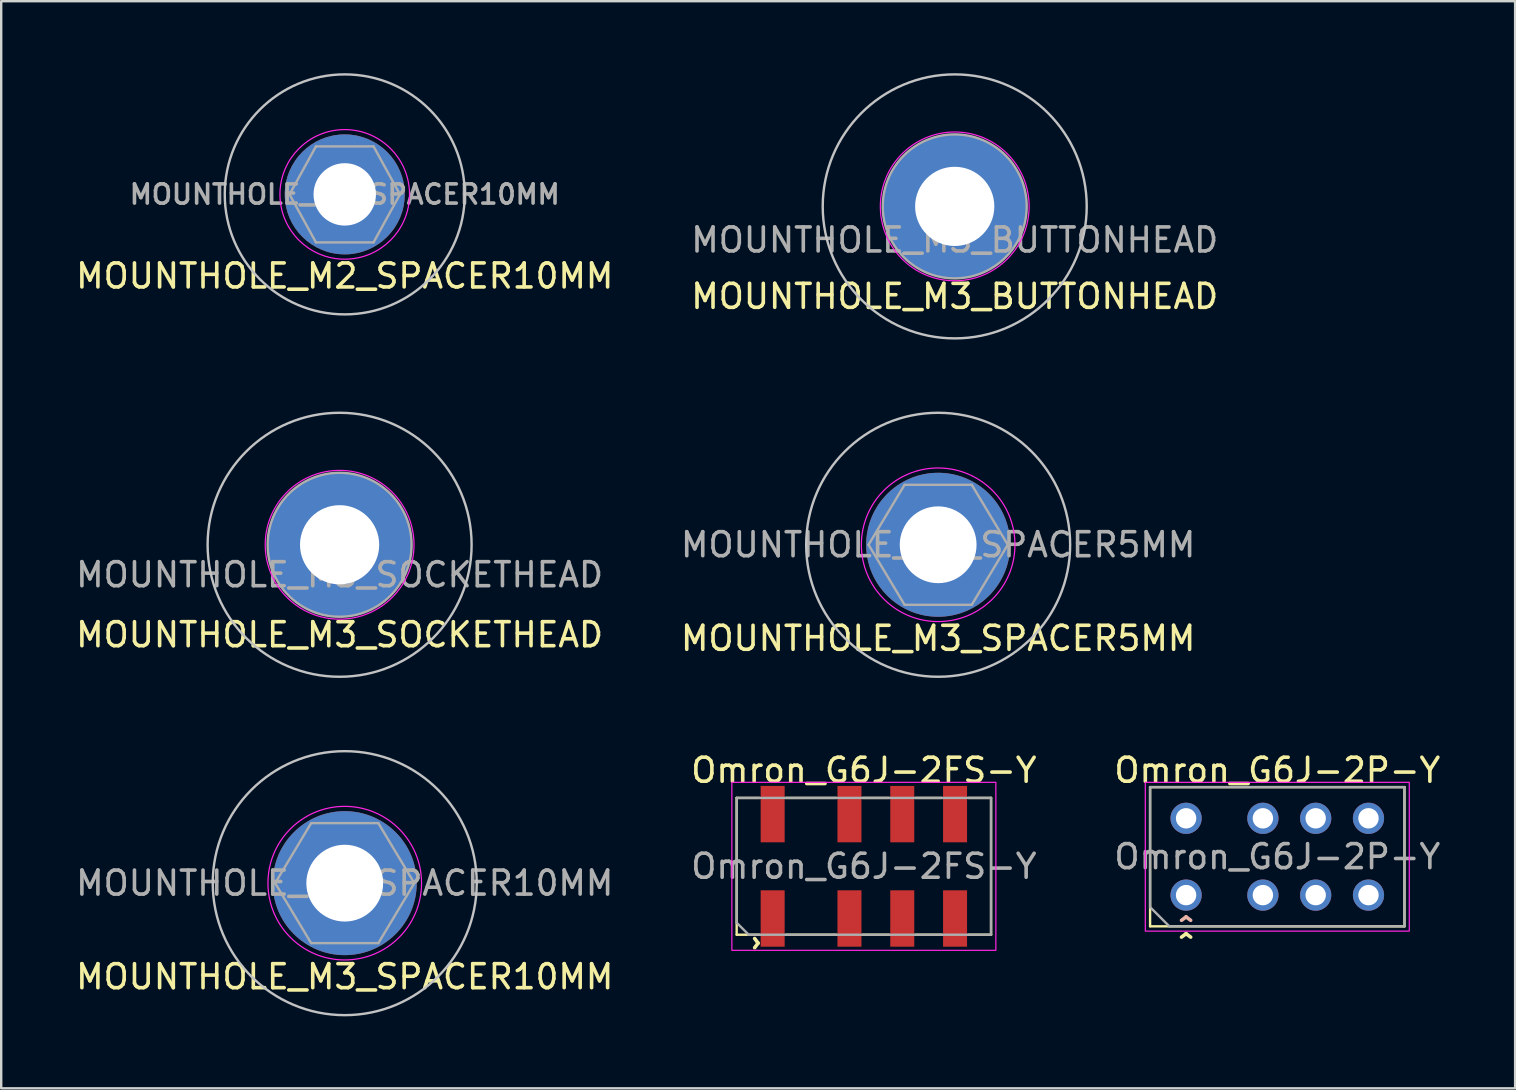
<source format=kicad_pcb>
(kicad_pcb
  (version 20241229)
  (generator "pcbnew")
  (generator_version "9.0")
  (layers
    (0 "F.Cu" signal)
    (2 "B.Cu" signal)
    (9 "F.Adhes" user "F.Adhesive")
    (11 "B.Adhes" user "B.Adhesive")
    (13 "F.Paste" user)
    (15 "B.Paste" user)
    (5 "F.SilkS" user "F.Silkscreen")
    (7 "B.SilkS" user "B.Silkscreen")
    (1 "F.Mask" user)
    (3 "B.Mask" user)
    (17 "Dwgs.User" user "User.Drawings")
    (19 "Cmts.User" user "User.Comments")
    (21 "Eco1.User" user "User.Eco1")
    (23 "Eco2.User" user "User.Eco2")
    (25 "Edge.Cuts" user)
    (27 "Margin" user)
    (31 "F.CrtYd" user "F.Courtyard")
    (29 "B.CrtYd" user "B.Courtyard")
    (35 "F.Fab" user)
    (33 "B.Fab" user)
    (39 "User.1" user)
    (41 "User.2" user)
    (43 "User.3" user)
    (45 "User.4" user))
  (footprint "Omron_G6J-2P-Y"
    (layer "F.Cu")
    (at 50.173 32.648)
    (property "Reference" "Omron_G6J-2P-Y" (at 0 -3.6 0) (unlocked yes) (layer "F.SilkS") (effects (font (size 1 1) (thickness 0.15))))
    (attr smd)
    (fp_line (start -5.3 -2.9) (end -5.3 2.9) (stroke (width 0.1) (type solid)) (layer "F.SilkS"))
    (fp_line (start -5.3 -2.9) (end 5.3 -2.9) (stroke (width 0.1) (type solid)) (layer "F.SilkS"))
    (fp_line (start 5.3 -2.9) (end 5.3 2.9) (stroke (width 0.1) (type solid)) (layer "F.SilkS"))
    (fp_line (start 5.3 2.9) (end -5.3 2.9) (stroke (width 0.1) (type solid)) (layer "F.SilkS"))
    (fp_rect (start -5.5 -3.1) (end 5.5 3.1) (stroke (width 0.05) (type solid)) (fill no) (layer "F.CrtYd"))
    (fp_line (start -5.3 -2.9) (end 5.3 -2.9) (stroke (width 0.1) (type solid)) (layer "F.Fab"))
    (fp_line (start -5.3 2.1) (end -5.3 -2.9) (stroke (width 0.1) (type solid)) (layer "F.Fab"))
    (fp_line (start -4.5 2.9) (end -5.3 2.1) (stroke (width 0.1) (type solid)) (layer "F.Fab"))
    (fp_line (start 5.3 -2.9) (end 5.3 2.9) (stroke (width 0.1) (type solid)) (layer "F.Fab"))
    (fp_line (start 5.3 2.9) (end -4.5 2.9) (stroke (width 0.1) (type solid)) (layer "F.Fab"))
    (fp_text user "^" (at -3.8 3.8 0) (unlocked yes) (layer "F.SilkS") (effects (font (size 1 1) (thickness 0.15))))
    (fp_text user "^" (at -3.8 3.1 0) (unlocked yes) (layer "B.SilkS") (effects (font (size 1 1) (thickness 0.15)) (justify mirror)))
    (fp_text user "${REFERENCE}" (at 0 0 0) (unlocked yes) (layer "F.Fab") (effects (font (size 1 1) (thickness 0.15))))
    (pad "1" thru_hole circle (at -3.8 1.6) (size 1.3 1.3) (drill 0.85) (layers "*.Cu" "*.Mask") (remove_unused_layers yes) (keep_end_layers yes) (zone_layer_connections))
    (pad "2" thru_hole circle (at -0.6 1.6) (size 1.3 1.3) (drill 0.85) (layers "*.Cu" "*.Mask") (remove_unused_layers yes) (keep_end_layers yes) (zone_layer_connections))
    (pad "3" thru_hole circle (at 1.6 1.6) (size 1.3 1.3) (drill 0.85) (layers "*.Cu" "*.Mask") (remove_unused_layers yes) (keep_end_layers yes) (zone_layer_connections))
    (pad "4" thru_hole circle (at 3.8 1.6) (size 1.3 1.3) (drill 0.85) (layers "*.Cu" "*.Mask") (remove_unused_layers yes) (keep_end_layers yes) (zone_layer_connections))
    (pad "5" thru_hole circle (at 3.8 -1.6) (size 1.3 1.3) (drill 0.85) (layers "*.Cu" "*.Mask") (remove_unused_layers yes) (keep_end_layers yes) (zone_layer_connections))
    (pad "6" thru_hole circle (at 1.6 -1.6) (size 1.3 1.3) (drill 0.85) (layers "*.Cu" "*.Mask") (remove_unused_layers yes) (keep_end_layers yes) (zone_layer_connections))
    (pad "7" thru_hole circle (at -0.6 -1.6) (size 1.3 1.3) (drill 0.85) (layers "*.Cu" "*.Mask") (remove_unused_layers yes) (keep_end_layers yes) (zone_layer_connections))
    (pad "8" thru_hole circle (at -3.8 -1.6) (size 1.3 1.3) (drill 0.85) (layers "*.Cu" "*.Mask") (remove_unused_layers yes) (keep_end_layers yes) (zone_layer_connections)))
  (footprint "MOUNTHOLE_M3_SOCKETHEAD"
    (layer "F.Cu")
    (at 11.101 19.65)
    (property "Reference" "MOUNTHOLE_M3_SOCKETHEAD" (at 0 3.75 0) (layer "F.SilkS") (effects (font (size 1 1) (thickness 0.15))))
    (fp_circle (center 0 0) (end 5.5 0) (stroke (width 0.1) (type solid)) (fill no) (layer "Dwgs.User"))
    (fp_circle (center 0 0) (end 0 -3.1) (stroke (width 0.05) (type solid)) (fill no) (layer "F.CrtYd"))
    (fp_circle (center 0 0) (end 0 -3) (stroke (width 0.1) (type solid)) (fill no) (layer "F.Fab"))
    (fp_text user "${REFERENCE}" (at 0 1.25 0) (unlocked yes) (layer "F.Fab") (effects (font (size 1 1) (thickness 0.15))))
    (pad "" np_thru_hole circle (at 0 0) (size 6 6) (drill 3.3) (layers "*.Cu" "*.Mask")))
  (footprint "MOUNTHOLE_M3_SPACER5MM"
    (layer "F.Cu")
    (at 36.042 19.65)
    (property "Reference" "MOUNTHOLE_M3_SPACER5MM" (at 0 3.9 0) (unlocked yes) (layer "F.SilkS") (effects (font (size 1 1) (thickness 0.15))))
    (attr through_hole)
    (fp_circle (center 0 0) (end 5.5 0) (stroke (width 0.1) (type solid)) (fill no) (layer "Dwgs.User"))
    (fp_circle (center 0 0) (end 0 -3.2) (stroke (width 0.05) (type solid)) (fill no) (layer "F.CrtYd"))
    (fp_line (start -1.4 -2.5) (end -2.9 0) (stroke (width 0.1) (type solid)) (layer "F.Fab"))
    (fp_line (start -1.4 2.5) (end -2.9 0) (stroke (width 0.1) (type solid)) (layer "F.Fab"))
    (fp_line (start -1.4 2.5) (end 1.4 2.5) (stroke (width 0.1) (type solid)) (layer "F.Fab"))
    (fp_line (start 1.4 -2.5) (end -1.4 -2.5) (stroke (width 0.1) (type solid)) (layer "F.Fab"))
    (fp_line (start 1.4 -2.5) (end 2.9 0) (stroke (width 0.1) (type solid)) (layer "F.Fab"))
    (fp_line (start 1.4 2.5) (end 2.9 0) (stroke (width 0.1) (type solid)) (layer "F.Fab"))
    (fp_text user "${REFERENCE}" (at 0 0 0) (unlocked yes) (layer "F.Fab") (effects (font (size 1 1) (thickness 0.15))))
    (pad "" np_thru_hole circle (at 0 0) (size 6 6) (drill 3.2) (layers "*.Cu" "*.Mask")))
  (footprint "Omron_G6J-2FS-Y"
    (layer "F.Cu")
    (at 32.946 33.048)
    (property "Reference" "Omron_G6J-2FS-Y" (at 0 -4 0) (unlocked yes) (layer "F.SilkS") (effects (font (size 1 1) (thickness 0.15))))
    (attr smd)
    (fp_line (start -5.3 -2.85) (end -5.3 2.85) (stroke (width 0.1) (type solid)) (layer "F.SilkS"))
    (fp_line (start -5.3 2.85) (end -4.35 2.85) (stroke (width 0.1) (type solid)) (layer "F.SilkS"))
    (fp_line (start -4.35 -2.85) (end -5.3 -2.85) (stroke (width 0.1) (type solid)) (layer "F.SilkS"))
    (fp_line (start -3.25 2.85) (end -1.15 2.85) (stroke (width 0.1) (type solid)) (layer "F.SilkS"))
    (fp_line (start -1.15 -2.85) (end -3.25 -2.85) (stroke (width 0.1) (type solid)) (layer "F.SilkS"))
    (fp_line (start -0.05 2.85) (end 1.05 2.85) (stroke (width 0.1) (type solid)) (layer "F.SilkS"))
    (fp_line (start 1.05 -2.85) (end -0.05 -2.85) (stroke (width 0.1) (type solid)) (layer "F.SilkS"))
    (fp_line (start 2.15 2.85) (end 3.25 2.85) (stroke (width 0.1) (type solid)) (layer "F.SilkS"))
    (fp_line (start 3.25 -2.85) (end 2.15 -2.85) (stroke (width 0.1) (type solid)) (layer "F.SilkS"))
    (fp_line (start 4.35 2.85) (end 5.3 2.85) (stroke (width 0.1) (type solid)) (layer "F.SilkS"))
    (fp_line (start 5.3 -2.85) (end 4.35 -2.85) (stroke (width 0.1) (type solid)) (layer "F.SilkS"))
    (fp_line (start 5.3 2.85) (end 5.3 -2.85) (stroke (width 0.1) (type solid)) (layer "F.SilkS"))
    (fp_rect (start -5.5 -3.5) (end 5.5 3.5) (stroke (width 0.05) (type solid)) (fill no) (layer "F.CrtYd"))
    (fp_line (start -5.3 -2.85) (end -5.3 2.35) (stroke (width 0.1) (type solid)) (layer "F.Fab"))
    (fp_line (start -5.3 2.35) (end -4.8 2.85) (stroke (width 0.1) (type solid)) (layer "F.Fab"))
    (fp_line (start 5.3 -2.85) (end -5.3 -2.85) (stroke (width 0.1) (type solid)) (layer "F.Fab"))
    (fp_line (start 5.3 -2.85) (end 5.3 2.85) (stroke (width 0.1) (type solid)) (layer "F.Fab"))
    (fp_line (start 5.3 2.85) (end -4.8 2.85) (stroke (width 0.1) (type solid)) (layer "F.Fab"))
    (fp_text user "^" (at -5 3.2 270) (unlocked yes) (layer "F.SilkS") (effects (font (size 1 1) (thickness 0.15))))
    (fp_text user "${REFERENCE}" (at 0 0 0) (unlocked yes) (layer "F.Fab") (effects (font (size 1 1) (thickness 0.15))))
    (pad "1" smd rect (at -3.8 2.175) (size 1 2.35) (layers "F.Cu" "F.Mask" "F.Paste"))
    (pad "2" smd rect (at -0.6 2.175) (size 1 2.35) (layers "F.Cu" "F.Mask" "F.Paste"))
    (pad "3" smd rect (at 1.6 2.175) (size 1 2.35) (layers "F.Cu" "F.Mask" "F.Paste"))
    (pad "4" smd rect (at 3.8 2.175) (size 1 2.35) (layers "F.Cu" "F.Mask" "F.Paste"))
    (pad "5" smd rect (at 3.8 -2.175) (size 1 2.35) (layers "F.Cu" "F.Mask" "F.Paste"))
    (pad "6" smd rect (at 1.6 -2.175) (size 1 2.35) (layers "F.Cu" "F.Mask" "F.Paste"))
    (pad "7" smd rect (at -0.6 -2.175) (size 1 2.35) (layers "F.Cu" "F.Mask" "F.Paste"))
    (pad "8" smd rect (at -3.8 -2.175) (size 1 2.35) (layers "F.Cu" "F.Mask" "F.Paste")))
  (footprint "MOUNTHOLE_M3_SPACER10MM"
    (layer "F.Cu")
    (at 11.315 33.75)
    (property "Reference" "MOUNTHOLE_M3_SPACER10MM" (at 0 3.9 0) (unlocked yes) (layer "F.SilkS") (effects (font (size 1 1) (thickness 0.15))))
    (attr through_hole)
    (fp_circle (center 0 0) (end 5.5 0) (stroke (width 0.1) (type solid)) (fill no) (layer "Dwgs.User"))
    (fp_circle (center 0 0) (end 0 -3.2) (stroke (width 0.05) (type solid)) (fill no) (layer "F.CrtYd"))
    (fp_line (start -1.4 -2.5) (end -2.9 0) (stroke (width 0.1) (type solid)) (layer "F.Fab"))
    (fp_line (start -1.4 2.5) (end -2.9 0) (stroke (width 0.1) (type solid)) (layer "F.Fab"))
    (fp_line (start -1.4 2.5) (end 1.4 2.5) (stroke (width 0.1) (type solid)) (layer "F.Fab"))
    (fp_line (start 1.4 -2.5) (end -1.4 -2.5) (stroke (width 0.1) (type solid)) (layer "F.Fab"))
    (fp_line (start 1.4 -2.5) (end 2.9 0) (stroke (width 0.1) (type solid)) (layer "F.Fab"))
    (fp_line (start 1.4 2.5) (end 2.9 0) (stroke (width 0.1) (type solid)) (layer "F.Fab"))
    (fp_text user "${REFERENCE}" (at 0 0 0) (unlocked yes) (layer "F.Fab") (effects (font (size 1 1) (thickness 0.15))))
    (pad "" np_thru_hole circle (at 0 0) (size 6 6) (drill 3.2) (layers "*.Cu" "*.Mask")))
  (footprint "MOUNTHOLE_M2_SPACER10MM"
    (layer "F.Cu")
    (at 11.315 5.05)
    (property "Reference" "MOUNTHOLE_M2_SPACER10MM" (at 0 3.4 0) (unlocked yes) (layer "F.SilkS") (effects (font (size 1 1) (thickness 0.15))))
    (attr through_hole)
    (fp_circle (center 0 0) (end 5 0) (stroke (width 0.1) (type solid)) (fill no) (layer "Dwgs.User"))
    (fp_circle (center 0 0) (end 0 -2.7) (stroke (width 0.05) (type solid)) (fill no) (layer "F.CrtYd"))
    (fp_line (start -2.3 0) (end -1.2 2) (stroke (width 0.1) (type solid)) (layer "F.Fab"))
    (fp_line (start -1.2 -2) (end -2.3 0) (stroke (width 0.1) (type solid)) (layer "F.Fab"))
    (fp_line (start -1.2 2) (end 1.2 2) (stroke (width 0.1) (type solid)) (layer "F.Fab"))
    (fp_line (start 1.2 -2) (end -1.2 -2) (stroke (width 0.1) (type solid)) (layer "F.Fab"))
    (fp_line (start 1.2 2) (end 2.3 0) (stroke (width 0.1) (type solid)) (layer "F.Fab"))
    (fp_line (start 2.3 0) (end 1.2 -2) (stroke (width 0.1) (type solid)) (layer "F.Fab"))
    (fp_text user "${REFERENCE}" (at 0 0 0) (unlocked yes) (layer "F.Fab") (effects (font (size 0.8 0.8) (thickness 0.15))))
    (pad "" np_thru_hole circle (at 0 0) (size 5 5) (drill 2.6) (layers "*.Cu" "*.Mask")))
  (footprint "MOUNTHOLE_M3_BUTTONHEAD"
    (layer "F.Cu")
    (at 36.732 5.55)
    (property "Reference" "MOUNTHOLE_M3_BUTTONHEAD" (at 0 3.75 0) (layer "F.SilkS") (effects (font (size 1 1) (thickness 0.15))))
    (fp_circle (center 0 0) (end 5.5 0) (stroke (width 0.1) (type solid)) (fill no) (layer "Dwgs.User"))
    (fp_circle (center 0 0) (end 0 3.1) (stroke (width 0.05) (type solid)) (fill no) (layer "F.CrtYd"))
    (fp_circle (center 0 0) (end 0 -3) (stroke (width 0.1) (type solid)) (fill no) (layer "F.Fab"))
    (fp_text user "${REFERENCE}" (at 0 1.4 0) (unlocked yes) (layer "F.Fab") (effects (font (size 1 1) (thickness 0.15))))
    (pad "" np_thru_hole circle (at 0 0) (size 6 6) (drill 3.3) (layers "*.Cu" "*.Mask")))
  (gr_rect
    (start -3 -3)
    (end 60.083 42.3)
    (stroke (width 0.1) (type default))
    (fill no)
    (layer "Edge.Cuts")))
</source>
